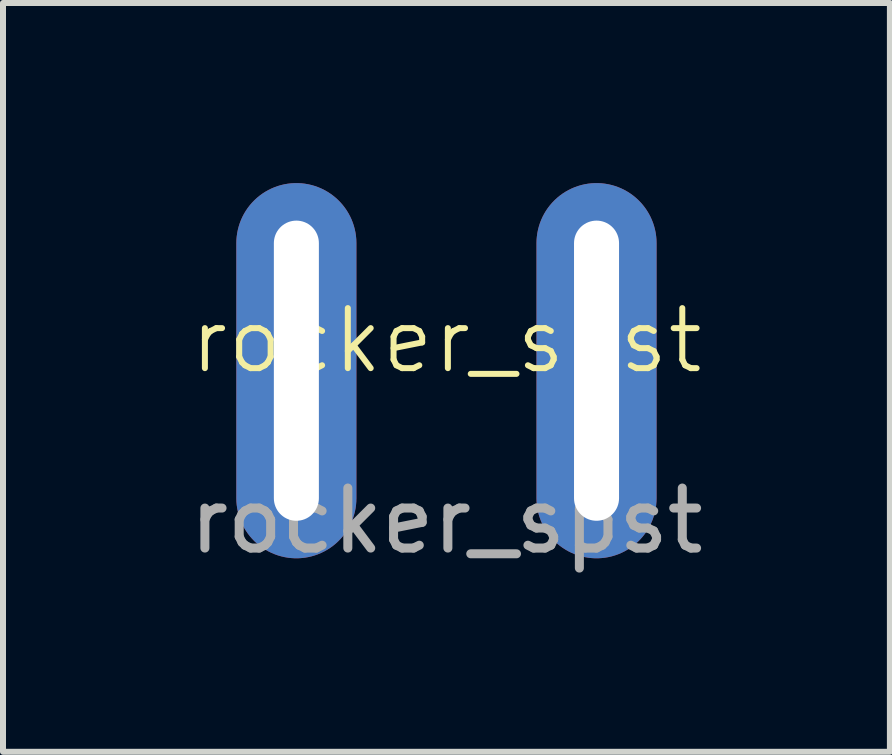
<source format=kicad_pcb>
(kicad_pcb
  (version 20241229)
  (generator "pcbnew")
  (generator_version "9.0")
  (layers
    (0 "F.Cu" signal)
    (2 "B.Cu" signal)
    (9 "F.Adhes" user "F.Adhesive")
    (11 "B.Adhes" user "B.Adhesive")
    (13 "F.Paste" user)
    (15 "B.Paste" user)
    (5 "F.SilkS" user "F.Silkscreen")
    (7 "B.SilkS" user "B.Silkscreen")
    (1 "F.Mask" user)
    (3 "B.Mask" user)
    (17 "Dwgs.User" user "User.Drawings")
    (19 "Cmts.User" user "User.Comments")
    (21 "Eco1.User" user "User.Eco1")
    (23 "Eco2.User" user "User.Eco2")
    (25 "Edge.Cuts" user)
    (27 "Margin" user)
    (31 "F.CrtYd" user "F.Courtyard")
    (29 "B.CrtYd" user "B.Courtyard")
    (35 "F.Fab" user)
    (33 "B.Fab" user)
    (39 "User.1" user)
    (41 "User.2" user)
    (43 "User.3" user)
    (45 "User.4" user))
  (footprint "rocker_spst"
    (layer "F.Cu")
    (at 4.387 3.125)
    (property "Reference" "rocker_spst" (at 0 -0.5 0) (unlocked yes) (layer "F.SilkS") (effects (font (size 1 1) (thickness 0.1))))
    (attr through_hole)
    (fp_text user "${REFERENCE}" (at 0 2.5 0) (unlocked yes) (layer "F.Fab") (effects (font (size 1 1) (thickness 0.15))))
    (pad "1" thru_hole oval (at -2.5 0) (size 2 6.25) (drill oval 0.75 5) (layers "*.Cu" "*.Mask"))
    (pad "2" thru_hole oval (at 2.5 0) (size 2 6.25) (drill oval 0.75 5) (layers "*.Cu" "*.Mask")))
  (gr_rect
    (start -3 -3)
    (end 11.774 9.473)
    (stroke (width 0.1) (type default))
    (fill no)
    (layer "Edge.Cuts")))
</source>
